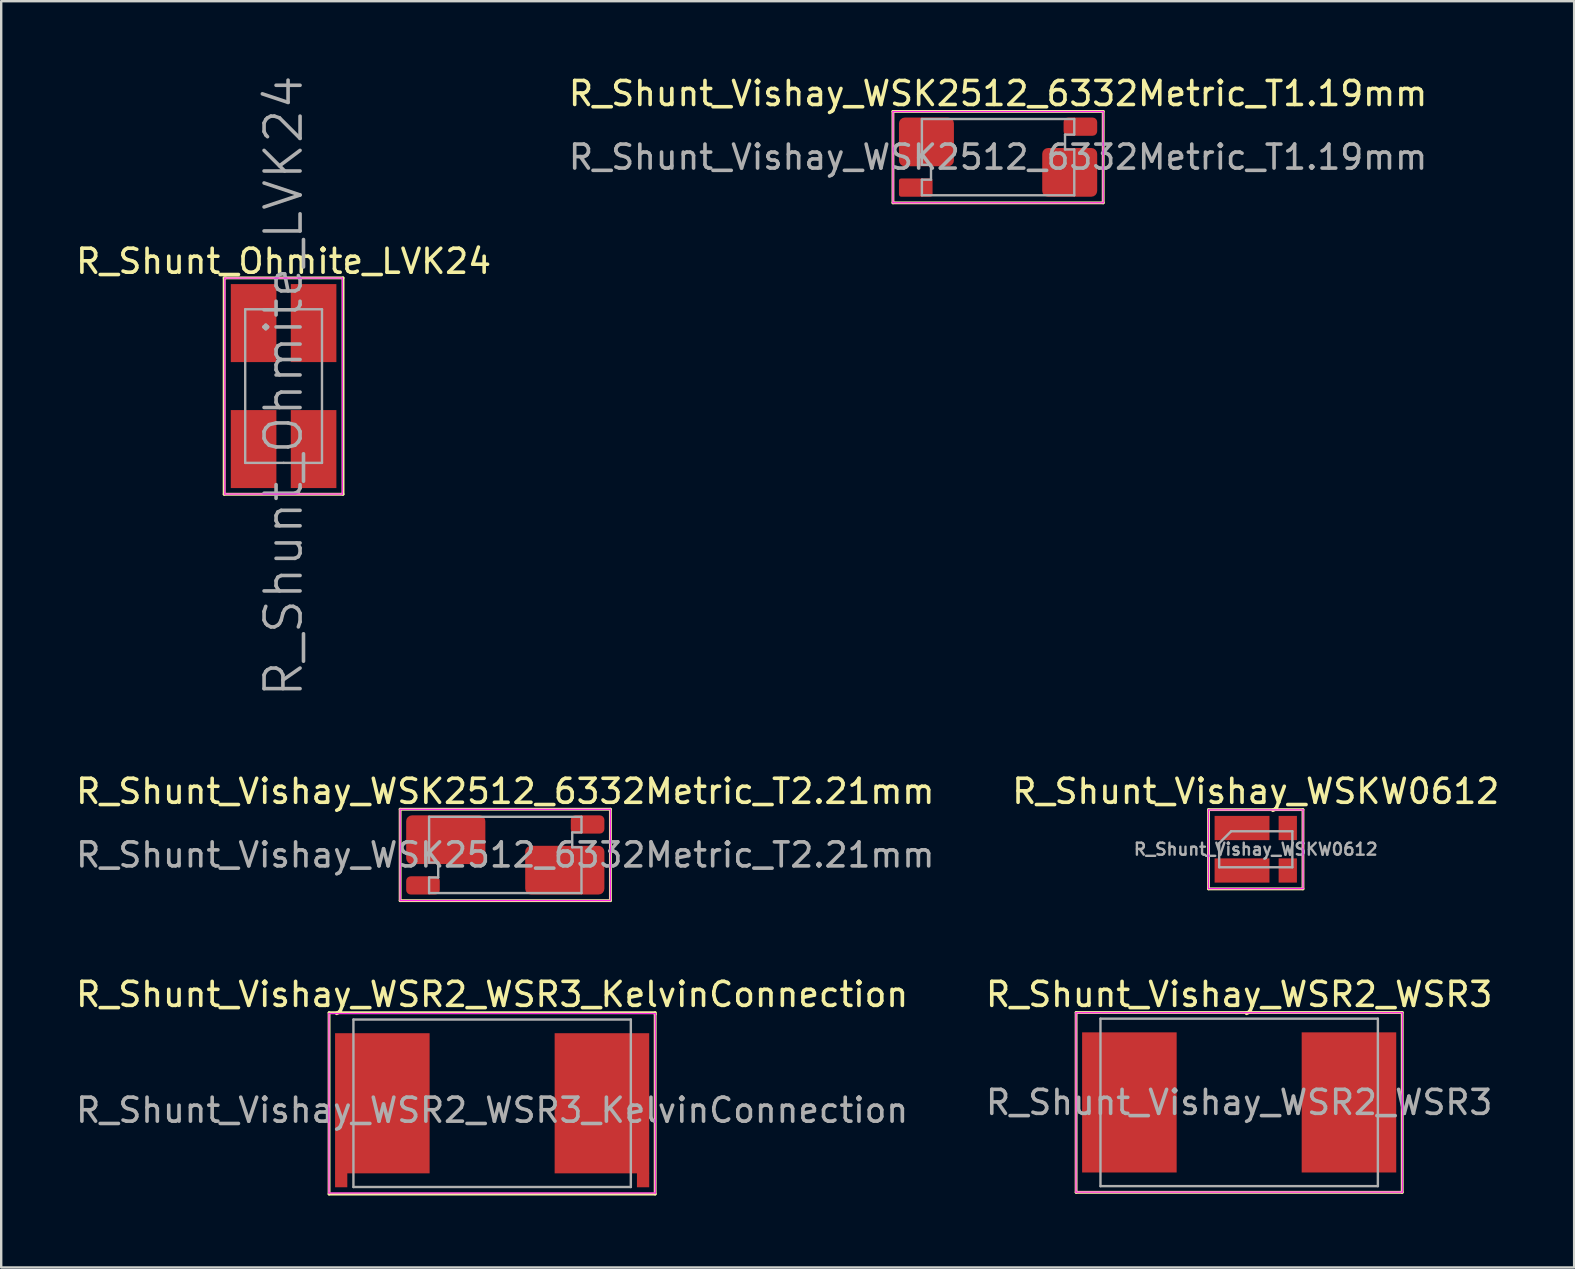
<source format=kicad_pcb>
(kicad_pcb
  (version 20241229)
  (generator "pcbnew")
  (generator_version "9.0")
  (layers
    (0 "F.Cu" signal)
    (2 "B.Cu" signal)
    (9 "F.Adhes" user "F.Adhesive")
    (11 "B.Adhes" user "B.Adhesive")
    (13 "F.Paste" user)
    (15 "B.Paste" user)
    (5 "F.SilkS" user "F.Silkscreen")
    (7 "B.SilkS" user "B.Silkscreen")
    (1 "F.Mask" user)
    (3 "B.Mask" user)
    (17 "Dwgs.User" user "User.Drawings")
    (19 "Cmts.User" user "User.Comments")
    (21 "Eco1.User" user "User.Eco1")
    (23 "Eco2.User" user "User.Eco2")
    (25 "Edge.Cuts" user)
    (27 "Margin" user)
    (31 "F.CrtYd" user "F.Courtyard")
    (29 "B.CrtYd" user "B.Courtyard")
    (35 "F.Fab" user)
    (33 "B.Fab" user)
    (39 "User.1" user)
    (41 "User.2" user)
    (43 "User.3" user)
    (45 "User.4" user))
  (footprint "R_Shunt_Vishay_WSK2512_6332Metric_T1.19mm"
    (layer "F.Cu")
    (at 38.542 3.498)
    (property "Reference" "R_Shunt_Vishay_WSK2512_6332Metric_T1.19mm" (at 0 -2.65 0) (layer "F.SilkS") (effects (font (size 1 1) (thickness 0.15))))
    (attr smd)
    (fp_line (start -4.381 -1.905) (end -4.381 1.905) (stroke (width 0.12) (type solid)) (layer "F.SilkS"))
    (fp_line (start -4.381 1.905) (end 4.381 1.905) (stroke (width 0.12) (type solid)) (layer "F.SilkS"))
    (fp_line (start 4.381 -1.905) (end -4.381 -1.905) (stroke (width 0.12) (type solid)) (layer "F.SilkS"))
    (fp_line (start 4.381 1.905) (end 4.381 -1.905) (stroke (width 0.12) (type solid)) (layer "F.SilkS"))
    (fp_line (start -4.38 -1.9) (end 4.38 -1.9) (stroke (width 0.05) (type solid)) (layer "F.CrtYd"))
    (fp_line (start -4.38 1.9) (end -4.38 -1.9) (stroke (width 0.05) (type solid)) (layer "F.CrtYd"))
    (fp_line (start 4.38 -1.9) (end 4.38 1.9) (stroke (width 0.05) (type solid)) (layer "F.CrtYd"))
    (fp_line (start 4.38 1.9) (end -4.38 1.9) (stroke (width 0.05) (type solid)) (layer "F.CrtYd"))
    (fp_line (start -3.175 -1.59) (end 3.175 -1.59) (stroke (width 0.1) (type solid)) (layer "F.Fab"))
    (fp_line (start -3.175 0.32) (end -3.175 -1.59) (stroke (width 0.1) (type solid)) (layer "F.Fab"))
    (fp_line (start -3.175 0.32) (end -2.795 0.32) (stroke (width 0.1) (type solid)) (layer "F.Fab"))
    (fp_line (start -3.175 0.94) (end -3.175 1.59) (stroke (width 0.1) (type solid)) (layer "F.Fab"))
    (fp_line (start -3.175 0.94) (end -2.795 0.94) (stroke (width 0.1) (type solid)) (layer "F.Fab"))
    (fp_line (start -2.795 0.94) (end -2.795 0.32) (stroke (width 0.1) (type solid)) (layer "F.Fab"))
    (fp_line (start 2.79 -0.94) (end 3.17 -0.94) (stroke (width 0.1) (type solid)) (layer "F.Fab"))
    (fp_line (start 2.79 -0.32) (end 2.79 -0.94) (stroke (width 0.1) (type solid)) (layer "F.Fab"))
    (fp_line (start 2.79 -0.32) (end 3.17 -0.32) (stroke (width 0.1) (type solid)) (layer "F.Fab"))
    (fp_line (start 3.175 -0.94) (end 3.175 -1.59) (stroke (width 0.1) (type solid)) (layer "F.Fab"))
    (fp_line (start 3.175 -0.32) (end 3.175 1.59) (stroke (width 0.1) (type solid)) (layer "F.Fab"))
    (fp_line (start 3.175 1.59) (end -3.175 1.59) (stroke (width 0.1) (type solid)) (layer "F.Fab"))
    (fp_text user "${REFERENCE}" (at 0 0 0) (layer "F.Fab") (effects (font (size 1 1) (thickness 0.15))))
    (pad "1" smd roundrect (at -2.985 -0.635) (size 2.29 2.03) (layers "F.Cu" "F.Mask" "F.Paste") (roundrect_rratio 0.12))
    (pad "2" smd roundrect (at -3.43 1.27) (size 1.4 0.76) (layers "F.Cu" "F.Mask" "F.Paste") (roundrect_rratio 0.12))
    (pad "3" smd roundrect (at 3.43 -1.27) (size 1.4 0.76) (layers "F.Cu" "F.Mask" "F.Paste") (roundrect_rratio 0.25))
    (pad "4" smd roundrect (at 2.985 0.635) (size 2.29 2.03) (layers "F.Cu" "F.Mask" "F.Paste") (roundrect_rratio 0.12)))
  (footprint "R_Shunt_Vishay_WSKW0612"
    (layer "F.Cu")
    (at 49.28 32.34)
    (property "Reference" "R_Shunt_Vishay_WSKW0612" (at 0 -2.413 0) (layer "F.SilkS") (effects (font (size 1 1) (thickness 0.15))))
    (attr smd)
    (fp_line (start -1.968 -1.651) (end -1.968 1.651) (stroke (width 0.12) (type solid)) (layer "F.SilkS"))
    (fp_line (start -1.968 1.651) (end 1.968 1.651) (stroke (width 0.12) (type solid)) (layer "F.SilkS"))
    (fp_line (start 1.968 -1.651) (end -1.968 -1.651) (stroke (width 0.12) (type solid)) (layer "F.SilkS"))
    (fp_line (start 1.968 1.651) (end 1.968 -1.651) (stroke (width 0.12) (type solid)) (layer "F.SilkS"))
    (fp_line (start -1.97 1.64) (end -1.97 -1.64) (stroke (width 0.05) (type solid)) (layer "F.CrtYd"))
    (fp_line (start -1.97 1.64) (end 1.97 1.64) (stroke (width 0.05) (type solid)) (layer "F.CrtYd"))
    (fp_line (start 1.97 -1.64) (end -1.97 -1.64) (stroke (width 0.05) (type solid)) (layer "F.CrtYd"))
    (fp_line (start 1.97 -1.64) (end 1.97 1.64) (stroke (width 0.05) (type solid)) (layer "F.CrtYd"))
    (fp_line (start -1.525 -0.25) (end -1.025 -0.75) (stroke (width 0.1) (type solid)) (layer "F.Fab"))
    (fp_line (start -1.525 0.75) (end -1.525 -0.25) (stroke (width 0.1) (type solid)) (layer "F.Fab"))
    (fp_line (start -1.525 0.75) (end 1.525 0.75) (stroke (width 0.1) (type solid)) (layer "F.Fab"))
    (fp_line (start 1.525 -0.75) (end -1.025 -0.75) (stroke (width 0.1) (type solid)) (layer "F.Fab"))
    (fp_line (start 1.525 0.75) (end 1.525 -0.75) (stroke (width 0.1) (type solid)) (layer "F.Fab"))
    (fp_text user "${REFERENCE}" (at 0 0 0) (layer "F.Fab") (effects (font (size 0.5 0.5) (thickness 0.1))))
    (pad "1" smd rect (at -0.572 -0.885) (size 2.287 1.01) (layers "F.Cu" "F.Mask" "F.Paste"))
    (pad "2" smd rect (at 1.334 -0.885) (size 0.762 1.01) (layers "F.Cu" "F.Mask" "F.Paste"))
    (pad "3" smd rect (at 1.334 0.885) (size 0.762 1.01) (layers "F.Cu" "F.Mask" "F.Paste"))
    (pad "4" smd rect (at -0.572 0.885) (size 2.287 1.01) (layers "F.Cu" "F.Mask" "F.Paste")))
  (footprint "R_Shunt_Vishay_WSK2512_6332Metric_T2.21mm"
    (layer "F.Cu")
    (at 18.006 32.577)
    (property "Reference" "R_Shunt_Vishay_WSK2512_6332Metric_T2.21mm" (at 0 -2.65 0) (layer "F.SilkS") (effects (font (size 1 1) (thickness 0.15))))
    (attr smd)
    (fp_line (start -4.381 -1.905) (end -4.381 1.905) (stroke (width 0.12) (type solid)) (layer "F.SilkS"))
    (fp_line (start -4.381 1.905) (end 4.381 1.905) (stroke (width 0.12) (type solid)) (layer "F.SilkS"))
    (fp_line (start 4.381 -1.905) (end -4.381 -1.905) (stroke (width 0.12) (type solid)) (layer "F.SilkS"))
    (fp_line (start 4.381 1.905) (end 4.381 -1.905) (stroke (width 0.12) (type solid)) (layer "F.SilkS"))
    (fp_line (start -4.38 -1.9) (end 4.38 -1.9) (stroke (width 0.05) (type solid)) (layer "F.CrtYd"))
    (fp_line (start -4.38 1.9) (end -4.38 -1.9) (stroke (width 0.05) (type solid)) (layer "F.CrtYd"))
    (fp_line (start 4.38 -1.9) (end 4.38 1.9) (stroke (width 0.05) (type solid)) (layer "F.CrtYd"))
    (fp_line (start 4.38 1.9) (end -4.38 1.9) (stroke (width 0.05) (type solid)) (layer "F.CrtYd"))
    (fp_line (start -3.175 -1.59) (end 3.175 -1.59) (stroke (width 0.1) (type solid)) (layer "F.Fab"))
    (fp_line (start -3.175 0.32) (end -3.175 -1.59) (stroke (width 0.1) (type solid)) (layer "F.Fab"))
    (fp_line (start -3.175 0.32) (end -2.795 0.32) (stroke (width 0.1) (type solid)) (layer "F.Fab"))
    (fp_line (start -3.175 0.94) (end -3.175 1.59) (stroke (width 0.1) (type solid)) (layer "F.Fab"))
    (fp_line (start -3.175 0.94) (end -2.795 0.94) (stroke (width 0.1) (type solid)) (layer "F.Fab"))
    (fp_line (start -2.795 0.94) (end -2.795 0.32) (stroke (width 0.1) (type solid)) (layer "F.Fab"))
    (fp_line (start 2.79 -0.94) (end 3.17 -0.94) (stroke (width 0.1) (type solid)) (layer "F.Fab"))
    (fp_line (start 2.79 -0.32) (end 2.79 -0.94) (stroke (width 0.1) (type solid)) (layer "F.Fab"))
    (fp_line (start 2.79 -0.32) (end 3.17 -0.32) (stroke (width 0.1) (type solid)) (layer "F.Fab"))
    (fp_line (start 3.175 -0.94) (end 3.175 -1.59) (stroke (width 0.1) (type solid)) (layer "F.Fab"))
    (fp_line (start 3.175 -0.32) (end 3.175 1.59) (stroke (width 0.1) (type solid)) (layer "F.Fab"))
    (fp_line (start 3.175 1.59) (end -3.175 1.59) (stroke (width 0.1) (type solid)) (layer "F.Fab"))
    (fp_text user "${REFERENCE}" (at 0 0 0) (layer "F.Fab") (effects (font (size 1 1) (thickness 0.15))))
    (pad "1" smd roundrect (at -2.48 -0.635) (size 3.3 2.03) (layers "F.Cu" "F.Mask" "F.Paste") (roundrect_rratio 0.12))
    (pad "2" smd roundrect (at -3.43 1.27) (size 1.4 0.76) (layers "F.Cu" "F.Mask" "F.Paste") (roundrect_rratio 0.25))
    (pad "3" smd roundrect (at 3.43 -1.27) (size 1.4 0.76) (layers "F.Cu" "F.Mask" "F.Paste") (roundrect_rratio 0.25))
    (pad "4" smd roundrect (at 2.48 0.635) (size 3.3 2.03) (layers "F.Cu" "F.Mask" "F.Paste") (roundrect_rratio 0.12)))
  (footprint "R_Shunt_Vishay_WSR2_WSR3_KelvinConnection"
    (layer "F.Cu")
    (at 17.458 43.216)
    (property "Reference" "R_Shunt_Vishay_WSR2_WSR3_KelvinConnection" (at 0 -4.826 0) (layer "F.SilkS") (effects (font (size 1 1) (thickness 0.15))))
    (attr smd)
    (fp_line (start -6.795 -4.064) (end 6.795 -4.064) (stroke (width 0.12) (type solid)) (layer "F.SilkS"))
    (fp_line (start -6.795 3.493) (end -6.795 -4.064) (stroke (width 0.12) (type solid)) (layer "F.SilkS"))
    (fp_line (start 6.795 -4.064) (end 6.795 -4) (stroke (width 0.12) (type solid)) (layer "F.SilkS"))
    (fp_line (start 6.795 -4) (end 6.795 3.493) (stroke (width 0.12) (type solid)) (layer "F.SilkS"))
    (fp_line (start 6.795 3.493) (end -6.795 3.493) (stroke (width 0.12) (type solid)) (layer "F.SilkS"))
    (fp_line (start -6.8 -4.03) (end -6.8 3.45) (stroke (width 0.05) (type solid)) (layer "F.CrtYd"))
    (fp_line (start -6.8 -4.03) (end 6.8 -4.03) (stroke (width 0.05) (type solid)) (layer "F.CrtYd"))
    (fp_line (start -6.8 3.45) (end 6.8 3.45) (stroke (width 0.05) (type solid)) (layer "F.CrtYd"))
    (fp_line (start 6.8 -4.03) (end 6.8 3.45) (stroke (width 0.05) (type solid)) (layer "F.CrtYd"))
    (fp_line (start -5.78 -3.78) (end -5.78 3.2) (stroke (width 0.1) (type solid)) (layer "F.Fab"))
    (fp_line (start -5.78 -3.78) (end 5.78 -3.78) (stroke (width 0.1) (type solid)) (layer "F.Fab"))
    (fp_line (start -5.78 3.2) (end 5.78 3.2) (stroke (width 0.1) (type solid)) (layer "F.Fab"))
    (fp_line (start 5.78 -3.78) (end 5.78 3.2) (stroke (width 0.1) (type solid)) (layer "F.Fab"))
    (fp_text user "${REFERENCE}" (at 0 0 0) (layer "F.Fab") (effects (font (size 1 1) (thickness 0.15))))
    (pad "1" smd rect (at -6.29 2.91) (size 0.51 0.6) (layers "F.Cu" "F.Mask" "F.Paste"))
    (pad "1" smd rect (at -4.575 -0.29) (size 3.94 5.84) (layers "F.Cu" "F.Mask" "F.Paste"))
    (pad "2" smd rect (at 4.575 -0.29) (size 3.94 5.84) (layers "F.Cu" "F.Mask" "F.Paste"))
    (pad "2" smd rect (at 6.29 2.91) (size 0.51 0.6) (layers "F.Cu" "F.Mask" "F.Paste")))
  (footprint "R_Shunt_Ohmite_LVK24"
    (layer "F.Cu")
    (at 8.768 13.039)
    (property "Reference" "R_Shunt_Ohmite_LVK24" (at 0 -5.2 0) (layer "F.SilkS") (effects (font (size 1 1) (thickness 0.15))))
    (attr smd)
    (fp_line (start -2.477 -4.508) (end -2.413 -4.508) (stroke (width 0.12) (type solid)) (layer "F.SilkS"))
    (fp_line (start -2.477 4.508) (end -2.477 -4.508) (stroke (width 0.12) (type solid)) (layer "F.SilkS"))
    (fp_line (start -2.413 -4.508) (end 2.477 -4.508) (stroke (width 0.12) (type solid)) (layer "F.SilkS"))
    (fp_line (start 2.477 -4.508) (end 2.477 4.508) (stroke (width 0.12) (type solid)) (layer "F.SilkS"))
    (fp_line (start 2.477 4.508) (end -2.477 4.508) (stroke (width 0.12) (type solid)) (layer "F.SilkS"))
    (fp_line (start -2.45 -4.5) (end 2.45 -4.5) (stroke (width 0.05) (type solid)) (layer "F.CrtYd"))
    (fp_line (start -2.45 4.5) (end -2.45 -4.5) (stroke (width 0.05) (type solid)) (layer "F.CrtYd"))
    (fp_line (start 2.45 -4.5) (end 2.45 4.5) (stroke (width 0.05) (type solid)) (layer "F.CrtYd"))
    (fp_line (start 2.45 4.5) (end -2.45 4.5) (stroke (width 0.05) (type solid)) (layer "F.CrtYd"))
    (fp_line (start -1.6 -3.2) (end 1.6 -3.2) (stroke (width 0.1) (type solid)) (layer "F.Fab"))
    (fp_line (start -1.6 3.2) (end -1.6 -3.2) (stroke (width 0.1) (type solid)) (layer "F.Fab"))
    (fp_line (start 0 3.2) (end -1.6 3.2) (stroke (width 0.1) (type solid)) (layer "F.Fab"))
    (fp_line (start 1.6 -3.2) (end 1.6 3.2) (stroke (width 0.1) (type solid)) (layer "F.Fab"))
    (fp_line (start 1.6 3.2) (end 0 3.2) (stroke (width 0.1) (type solid)) (layer "F.Fab"))
    (fp_text user "${REFERENCE}" (at 0 0 90) (layer "F.Fab") (effects (font (size 1.5 1.5) (thickness 0.15))))
    (pad "1" smd rect (at -1.25 -2.625) (size 1.9 3.25) (layers "F.Cu" "F.Mask" "F.Paste"))
    (pad "2" smd rect (at 1.25 -2.625) (size 1.9 3.25) (layers "F.Cu" "F.Mask" "F.Paste"))
    (pad "3" smd rect (at -1.25 2.625) (size 1.9 3.25) (layers "F.Cu" "F.Mask" "F.Paste"))
    (pad "4" smd rect (at 1.25 2.625) (size 1.9 3.25) (layers "F.Cu" "F.Mask" "F.Paste")))
  (footprint "R_Shunt_Vishay_WSR2_WSR3"
    (layer "F.Cu")
    (at 48.589 42.89)
    (property "Reference" "R_Shunt_Vishay_WSR2_WSR3" (at 0 -4.5 0) (layer "F.SilkS") (effects (font (size 1 1) (thickness 0.15))))
    (attr smd)
    (fp_line (start -6.795 -3.747) (end -6.795 3.747) (stroke (width 0.12) (type solid)) (layer "F.SilkS"))
    (fp_line (start -6.795 3.747) (end 6.795 3.747) (stroke (width 0.12) (type solid)) (layer "F.SilkS"))
    (fp_line (start 6.795 -3.747) (end -6.795 -3.747) (stroke (width 0.12) (type solid)) (layer "F.SilkS"))
    (fp_line (start 6.795 3.747) (end 6.795 -3.747) (stroke (width 0.12) (type solid)) (layer "F.SilkS"))
    (fp_line (start -6.8 -3.74) (end -6.8 3.74) (stroke (width 0.05) (type solid)) (layer "F.CrtYd"))
    (fp_line (start -6.8 -3.74) (end 6.8 -3.74) (stroke (width 0.05) (type solid)) (layer "F.CrtYd"))
    (fp_line (start -6.8 3.74) (end 6.8 3.74) (stroke (width 0.05) (type solid)) (layer "F.CrtYd"))
    (fp_line (start 6.8 -3.74) (end 6.8 3.74) (stroke (width 0.05) (type solid)) (layer "F.CrtYd"))
    (fp_line (start -5.78 -3.49) (end -5.78 3.49) (stroke (width 0.1) (type solid)) (layer "F.Fab"))
    (fp_line (start -5.78 -3.49) (end 5.78 -3.49) (stroke (width 0.1) (type solid)) (layer "F.Fab"))
    (fp_line (start -5.78 3.49) (end 5.78 3.49) (stroke (width 0.1) (type solid)) (layer "F.Fab"))
    (fp_line (start 5.78 -3.49) (end 5.78 3.49) (stroke (width 0.1) (type solid)) (layer "F.Fab"))
    (fp_text user "${REFERENCE}" (at 0 0 0) (layer "F.Fab") (effects (font (size 1 1) (thickness 0.15))))
    (pad "1" smd rect (at -4.575 0) (size 3.94 5.84) (layers "F.Cu" "F.Mask" "F.Paste"))
    (pad "2" smd rect (at 4.575 0) (size 3.94 5.84) (layers "F.Cu" "F.Mask" "F.Paste")))
  (gr_rect
    (start -3 -3)
    (end 62.548 49.769)
    (stroke (width 0.1) (type default))
    (fill no)
    (layer "Edge.Cuts")))
</source>
